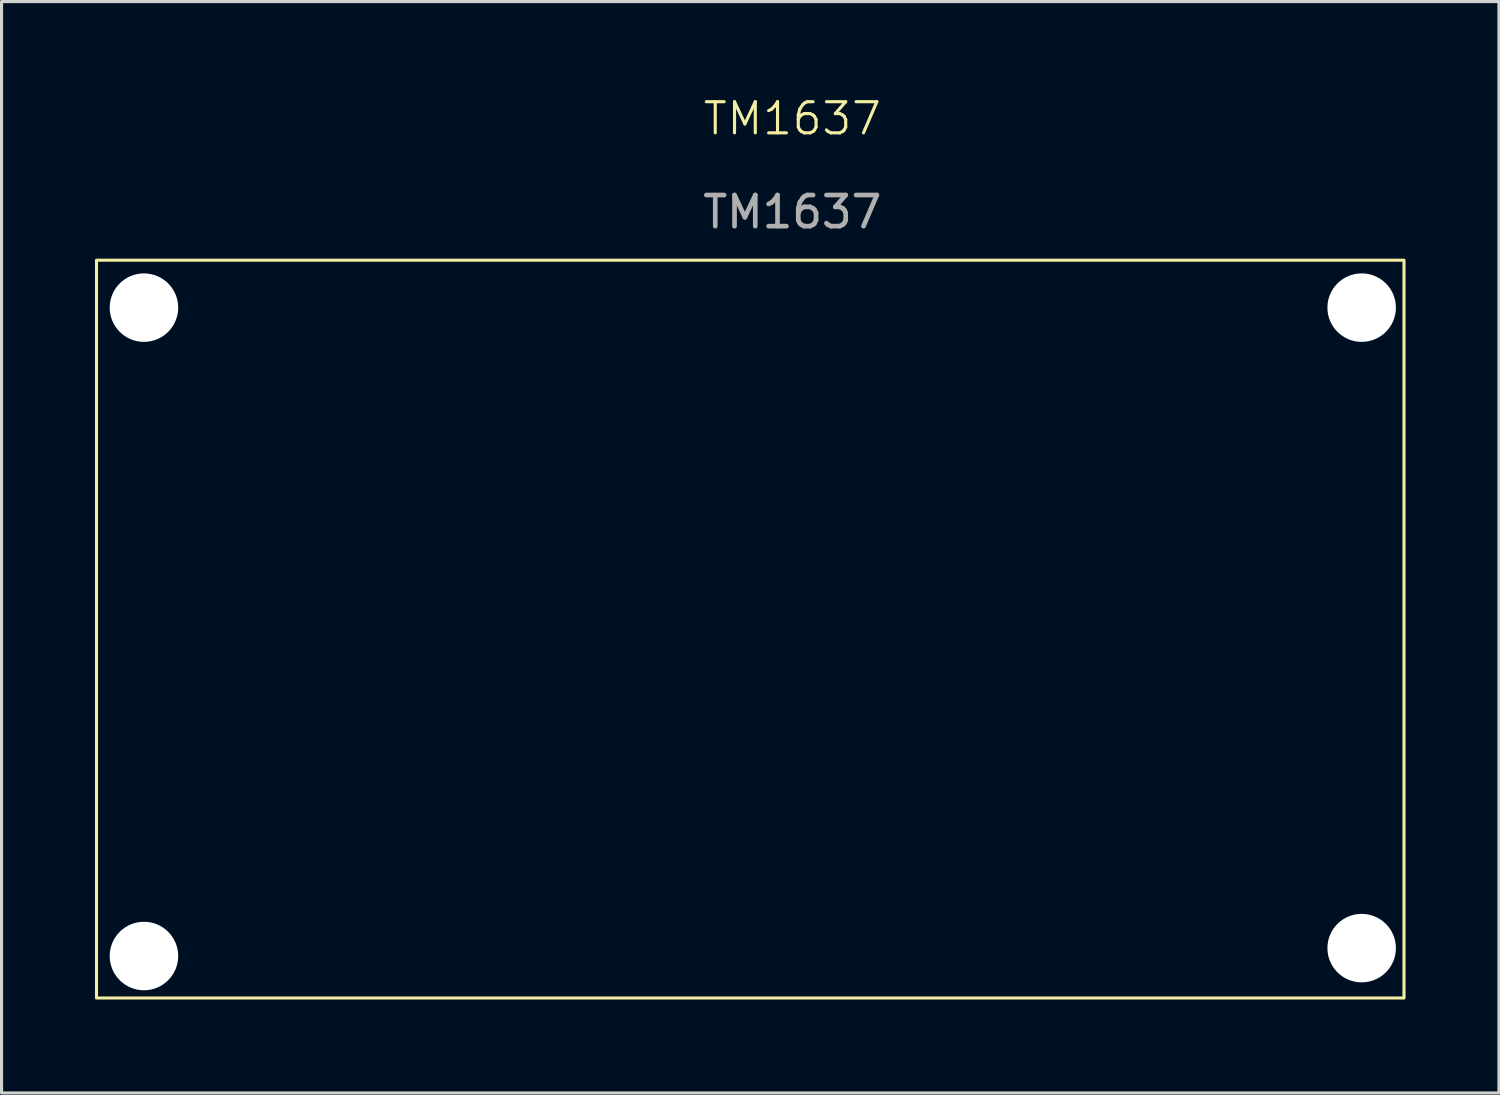
<source format=kicad_pcb>
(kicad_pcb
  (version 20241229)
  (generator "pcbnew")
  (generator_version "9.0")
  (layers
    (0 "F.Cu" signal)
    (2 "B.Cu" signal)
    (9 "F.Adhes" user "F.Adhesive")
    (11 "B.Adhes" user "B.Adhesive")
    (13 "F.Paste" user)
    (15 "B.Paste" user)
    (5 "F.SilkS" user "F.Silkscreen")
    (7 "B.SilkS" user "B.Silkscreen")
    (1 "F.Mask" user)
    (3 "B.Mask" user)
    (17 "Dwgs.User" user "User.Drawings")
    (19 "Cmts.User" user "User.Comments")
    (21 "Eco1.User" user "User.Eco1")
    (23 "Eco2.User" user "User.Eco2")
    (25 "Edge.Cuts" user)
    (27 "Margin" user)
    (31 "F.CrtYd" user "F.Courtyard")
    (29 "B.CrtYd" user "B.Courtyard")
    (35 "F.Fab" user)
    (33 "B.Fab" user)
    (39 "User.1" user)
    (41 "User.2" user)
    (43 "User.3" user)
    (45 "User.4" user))
  (footprint "TM1637"
    (layer "F.Cu")
    (at 22.402 17.5)
    (property "Reference" "TM1637" (at 0 -16.74 0) (unlocked yes) (layer "F.SilkS") (effects (font (size 1 1) (thickness 0.1))))
    (attr through_hole)
    (fp_rect (start -22.352 -12.192) (end 19.648 11.508) (stroke (width 0.1) (type default)) (fill no) (layer "F.SilkS"))
    (fp_text user "${REFERENCE}" (at 0 -13.74 0) (unlocked yes) (layer "F.Fab") (effects (font (size 1 1) (thickness 0.15))))
    (pad "" np_thru_hole circle (at -20.828 -10.668) (size 2.2 2.2) (drill 2.2) (layers "*.Cu" "*.Mask"))
    (pad "" np_thru_hole circle (at -20.828 10.16) (size 2.2 2.2) (drill 2.2) (layers "*.Cu" "*.Mask"))
    (pad "" np_thru_hole circle (at 18.288 -10.668) (size 2.2 2.2) (drill 2.2) (layers "*.Cu" "*.Mask"))
    (pad "" np_thru_hole circle (at 18.288 9.906) (size 2.2 2.2) (drill 2.2) (layers "*.Cu" "*.Mask")))
  (gr_rect
    (start -3 -3)
    (end 45.1 32.059)
    (stroke (width 0.1) (type default))
    (fill no)
    (layer "Edge.Cuts")))
</source>
